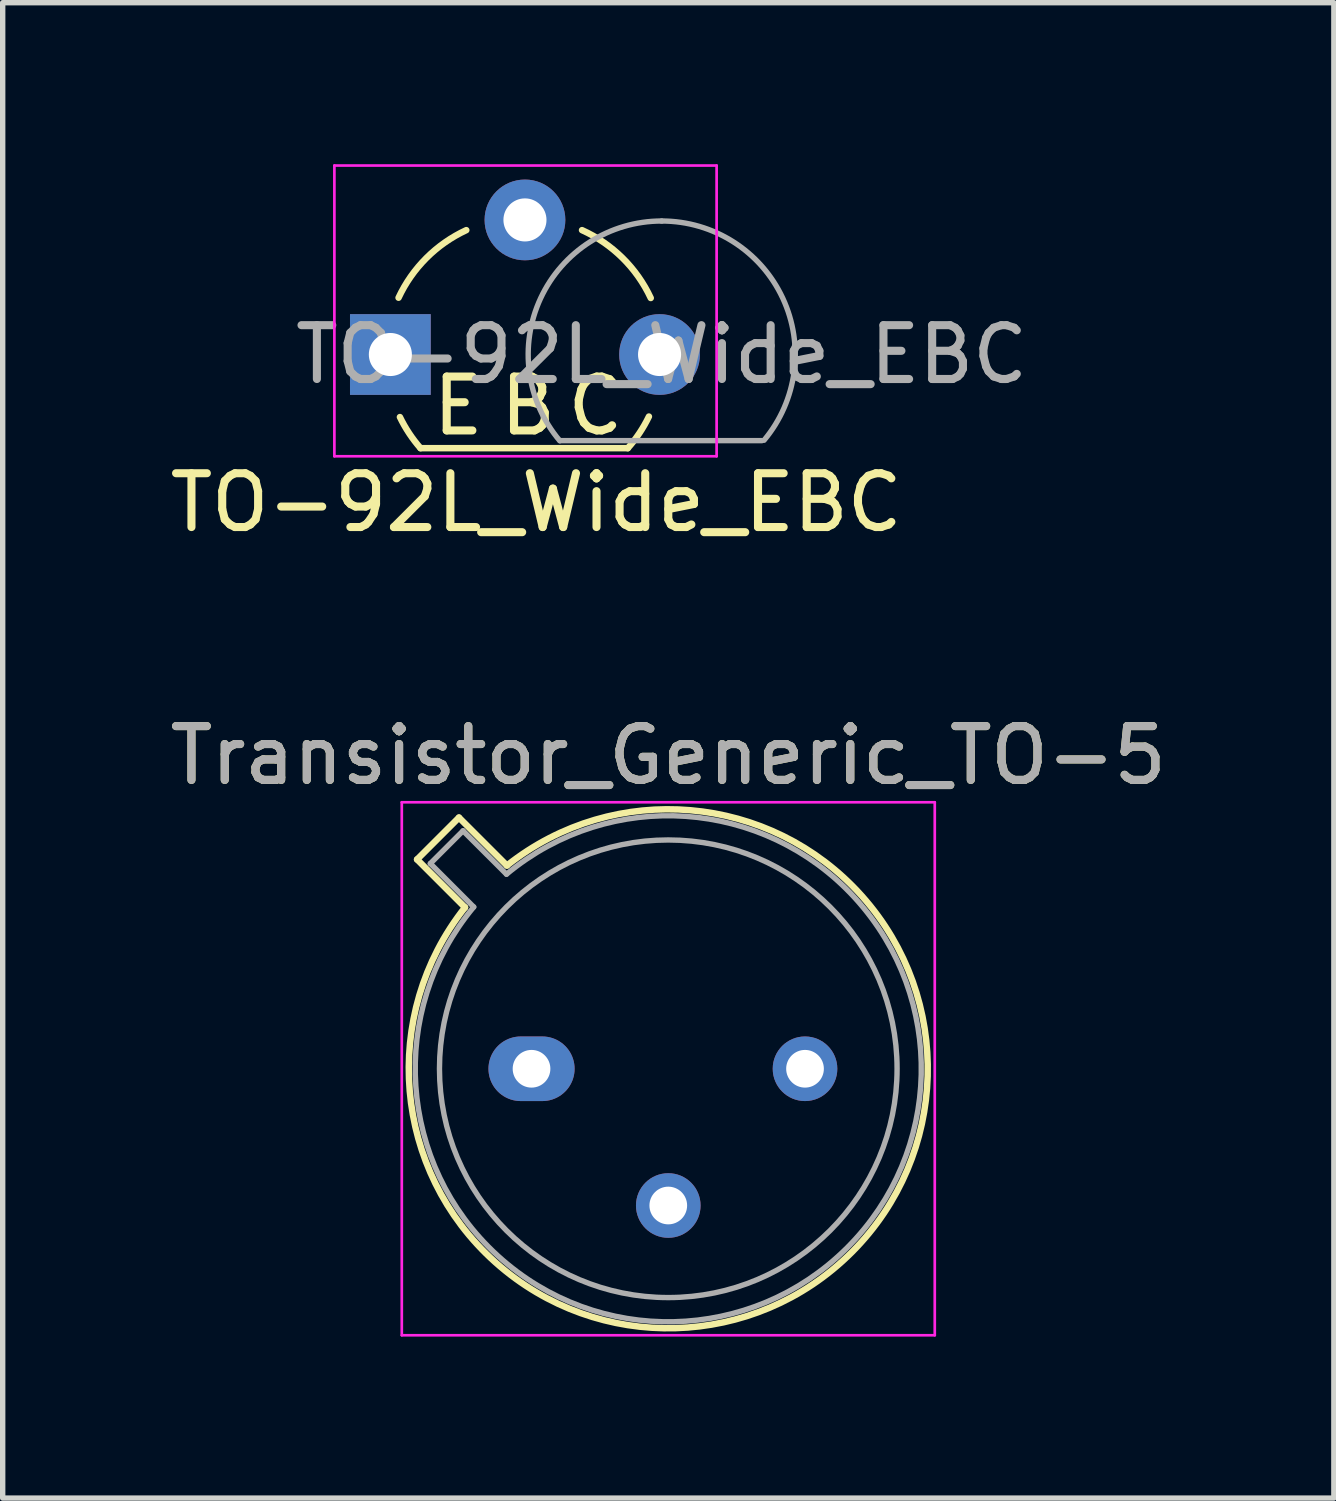
<source format=kicad_pcb>
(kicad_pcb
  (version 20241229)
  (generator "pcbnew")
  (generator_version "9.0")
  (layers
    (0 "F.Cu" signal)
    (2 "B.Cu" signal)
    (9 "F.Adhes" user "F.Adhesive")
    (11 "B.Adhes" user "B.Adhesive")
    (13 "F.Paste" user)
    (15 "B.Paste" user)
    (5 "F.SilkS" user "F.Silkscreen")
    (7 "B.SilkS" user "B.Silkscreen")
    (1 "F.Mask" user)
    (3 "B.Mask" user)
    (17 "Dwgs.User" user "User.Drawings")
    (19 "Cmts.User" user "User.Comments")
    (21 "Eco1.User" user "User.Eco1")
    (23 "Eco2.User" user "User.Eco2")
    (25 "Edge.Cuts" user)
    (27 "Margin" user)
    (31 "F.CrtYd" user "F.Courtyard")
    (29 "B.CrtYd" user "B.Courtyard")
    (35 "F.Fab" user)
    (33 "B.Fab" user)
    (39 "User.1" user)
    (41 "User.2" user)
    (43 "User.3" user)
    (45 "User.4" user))
  (footprint "Transistor_Generic_TO-5"
    (layer "F.Cu")
    (at 6.823 16.802)
    (property "Reference" "Transistor_Generic_TO-5" (at 2.54 -5.82 0) (layer "F.SilkS") (effects (font (size 1 1) (thickness 0.15))))
    (attr through_hole)
    (fp_line (start -2.126 -3.888) (end -1.235 -2.997) (stroke (width 0.12) (type solid)) (layer "F.SilkS"))
    (fp_line (start -1.348 -4.666) (end -2.126 -3.888) (stroke (width 0.12) (type solid)) (layer "F.SilkS"))
    (fp_line (start -0.457 -3.775) (end -1.348 -4.666) (stroke (width 0.12) (type solid)) (layer "F.SilkS"))
    (fp_arc (start -0.457084 -3.774902) (mid 5.948125 3.408384) (end -1.234674 -2.997371) (stroke (width 0.12) (type solid)) (layer "F.SilkS"))
    (fp_line (start -2.41 -4.95) (end -2.41 4.95) (stroke (width 0.05) (type solid)) (layer "F.CrtYd"))
    (fp_line (start -2.41 4.95) (end 7.49 4.95) (stroke (width 0.05) (type solid)) (layer "F.CrtYd"))
    (fp_line (start 7.49 -4.95) (end -2.41 -4.95) (stroke (width 0.05) (type solid)) (layer "F.CrtYd"))
    (fp_line (start 7.49 4.95) (end 7.49 -4.95) (stroke (width 0.05) (type solid)) (layer "F.CrtYd"))
    (fp_line (start -1.88 -3.812) (end -1.074 -3.005) (stroke (width 0.1) (type solid)) (layer "F.Fab"))
    (fp_line (start -1.272 -4.42) (end -1.88 -3.812) (stroke (width 0.1) (type solid)) (layer "F.Fab"))
    (fp_line (start -0.465 -3.614) (end -1.272 -4.42) (stroke (width 0.1) (type solid)) (layer "F.Fab"))
    (fp_arc (start -0.465408 -3.61352) (mid 5.863443 3.323361) (end -1.073594 -3.005319) (stroke (width 0.1) (type solid)) (layer "F.Fab"))
    (fp_circle (center 2.54 0) (end 6.79 0) (stroke (width 0.1) (type solid)) (fill no) (layer "F.Fab"))
    (fp_text user "${REFERENCE}" (at 2.54 -5.82 0) (layer "F.Fab") (effects (font (size 1 1) (thickness 0.15))))
    (pad "1" thru_hole oval (at 0 0) (size 1.6 1.2) (drill 0.7) (layers "*.Cu" "*.Mask"))
    (pad "2" thru_hole oval (at 2.54 2.54) (size 1.2 1.2) (drill 0.7) (layers "*.Cu" "*.Mask"))
    (pad "3" thru_hole oval (at 5.08 0) (size 1.2 1.2) (drill 0.7) (layers "*.Cu" "*.Mask")))
  (footprint "TO-92L_Wide_EBC"
    (layer "F.Cu")
    (at 6.701 3.535)
    (property "Reference" "TO-92L_Wide_EBC" (at 0.21 2.75 0) (layer "F.SilkS") (effects (font (size 1 1) (thickness 0.15))))
    (attr through_hole)
    (fp_line (start -1.94 1.74) (end 1.91 1.74) (stroke (width 0.12) (type solid)) (layer "F.SilkS"))
    (fp_arc (start -2.347774 -1.054786) (mid -1.829881 -1.793613) (end -1.09 -2.31) (stroke (width 0.12) (type solid)) (layer "F.SilkS"))
    (fp_arc (start -1.94 1.74) (mid -2.150817 1.463933) (end -2.322631 1.162045) (stroke (width 0.12) (type solid)) (layer "F.SilkS"))
    (fp_arc (start 1.06 -2.31) (mid 1.811408 -1.794367) (end 2.336463 -1.049513) (stroke (width 0.12) (type solid)) (layer "F.SilkS"))
    (fp_arc (start 2.302383 1.152264) (mid 2.126594 1.459753) (end 1.91 1.74) (stroke (width 0.12) (type solid)) (layer "F.SilkS"))
    (fp_line (start -3.54 -3.51) (end -3.54 1.89) (stroke (width 0.05) (type solid)) (layer "F.CrtYd"))
    (fp_line (start -3.54 1.89) (end 3.56 1.89) (stroke (width 0.05) (type solid)) (layer "F.CrtYd"))
    (fp_line (start 3.56 -3.51) (end -3.54 -3.51) (stroke (width 0.05) (type solid)) (layer "F.CrtYd"))
    (fp_line (start 3.56 1.89) (end 3.56 -3.51) (stroke (width 0.05) (type solid)) (layer "F.CrtYd"))
    (fp_line (start 0.65 1.6) (end 4.4 1.6) (stroke (width 0.1) (type solid)) (layer "F.Fab"))
    (fp_arc (start 0.647182 1.602385) (mid 0.290076 -1.043188) (end 2.54 -2.48) (stroke (width 0.1) (type solid)) (layer "F.Fab"))
    (fp_arc (start 2.54 -2.48) (mid 4.787211 -1.049019) (end 4.441103 1.592547) (stroke (width 0.1) (type solid)) (layer "F.Fab"))
    (fp_text user "E" (at -1.79 1.54 0) (unlocked yes) (layer "F.SilkS") (effects (font (size 1 1) (thickness 0.15)) (justify left bottom)))
    (fp_text user "B" (at -0.54 1.54 0) (unlocked yes) (layer "F.SilkS") (effects (font (size 1 1) (thickness 0.15)) (justify left bottom)))
    (fp_text user "C" (at 0.71 1.54 0) (unlocked yes) (layer "F.SilkS") (effects (font (size 1 1) (thickness 0.15)) (justify left bottom)))
    (fp_text user "${REFERENCE}" (at 2.54 0 0) (layer "F.Fab") (effects (font (size 1 1) (thickness 0.15))))
    (pad "1" thru_hole rect (at -2.5 0) (size 1.5 1.5) (drill 0.8) (layers "*.Cu" "*.Mask"))
    (pad "2" thru_hole circle (at 0 -2.5) (size 1.5 1.5) (drill 0.8) (layers "*.Cu" "*.Mask"))
    (pad "3" thru_hole circle (at 2.5 0) (size 1.5 1.5) (drill 0.8) (layers "*.Cu" "*.Mask")))
  (gr_rect
    (start -3 -3)
    (end 21.726 24.776)
    (stroke (width 0.1) (type default))
    (fill no)
    (layer "Edge.Cuts")))
</source>
